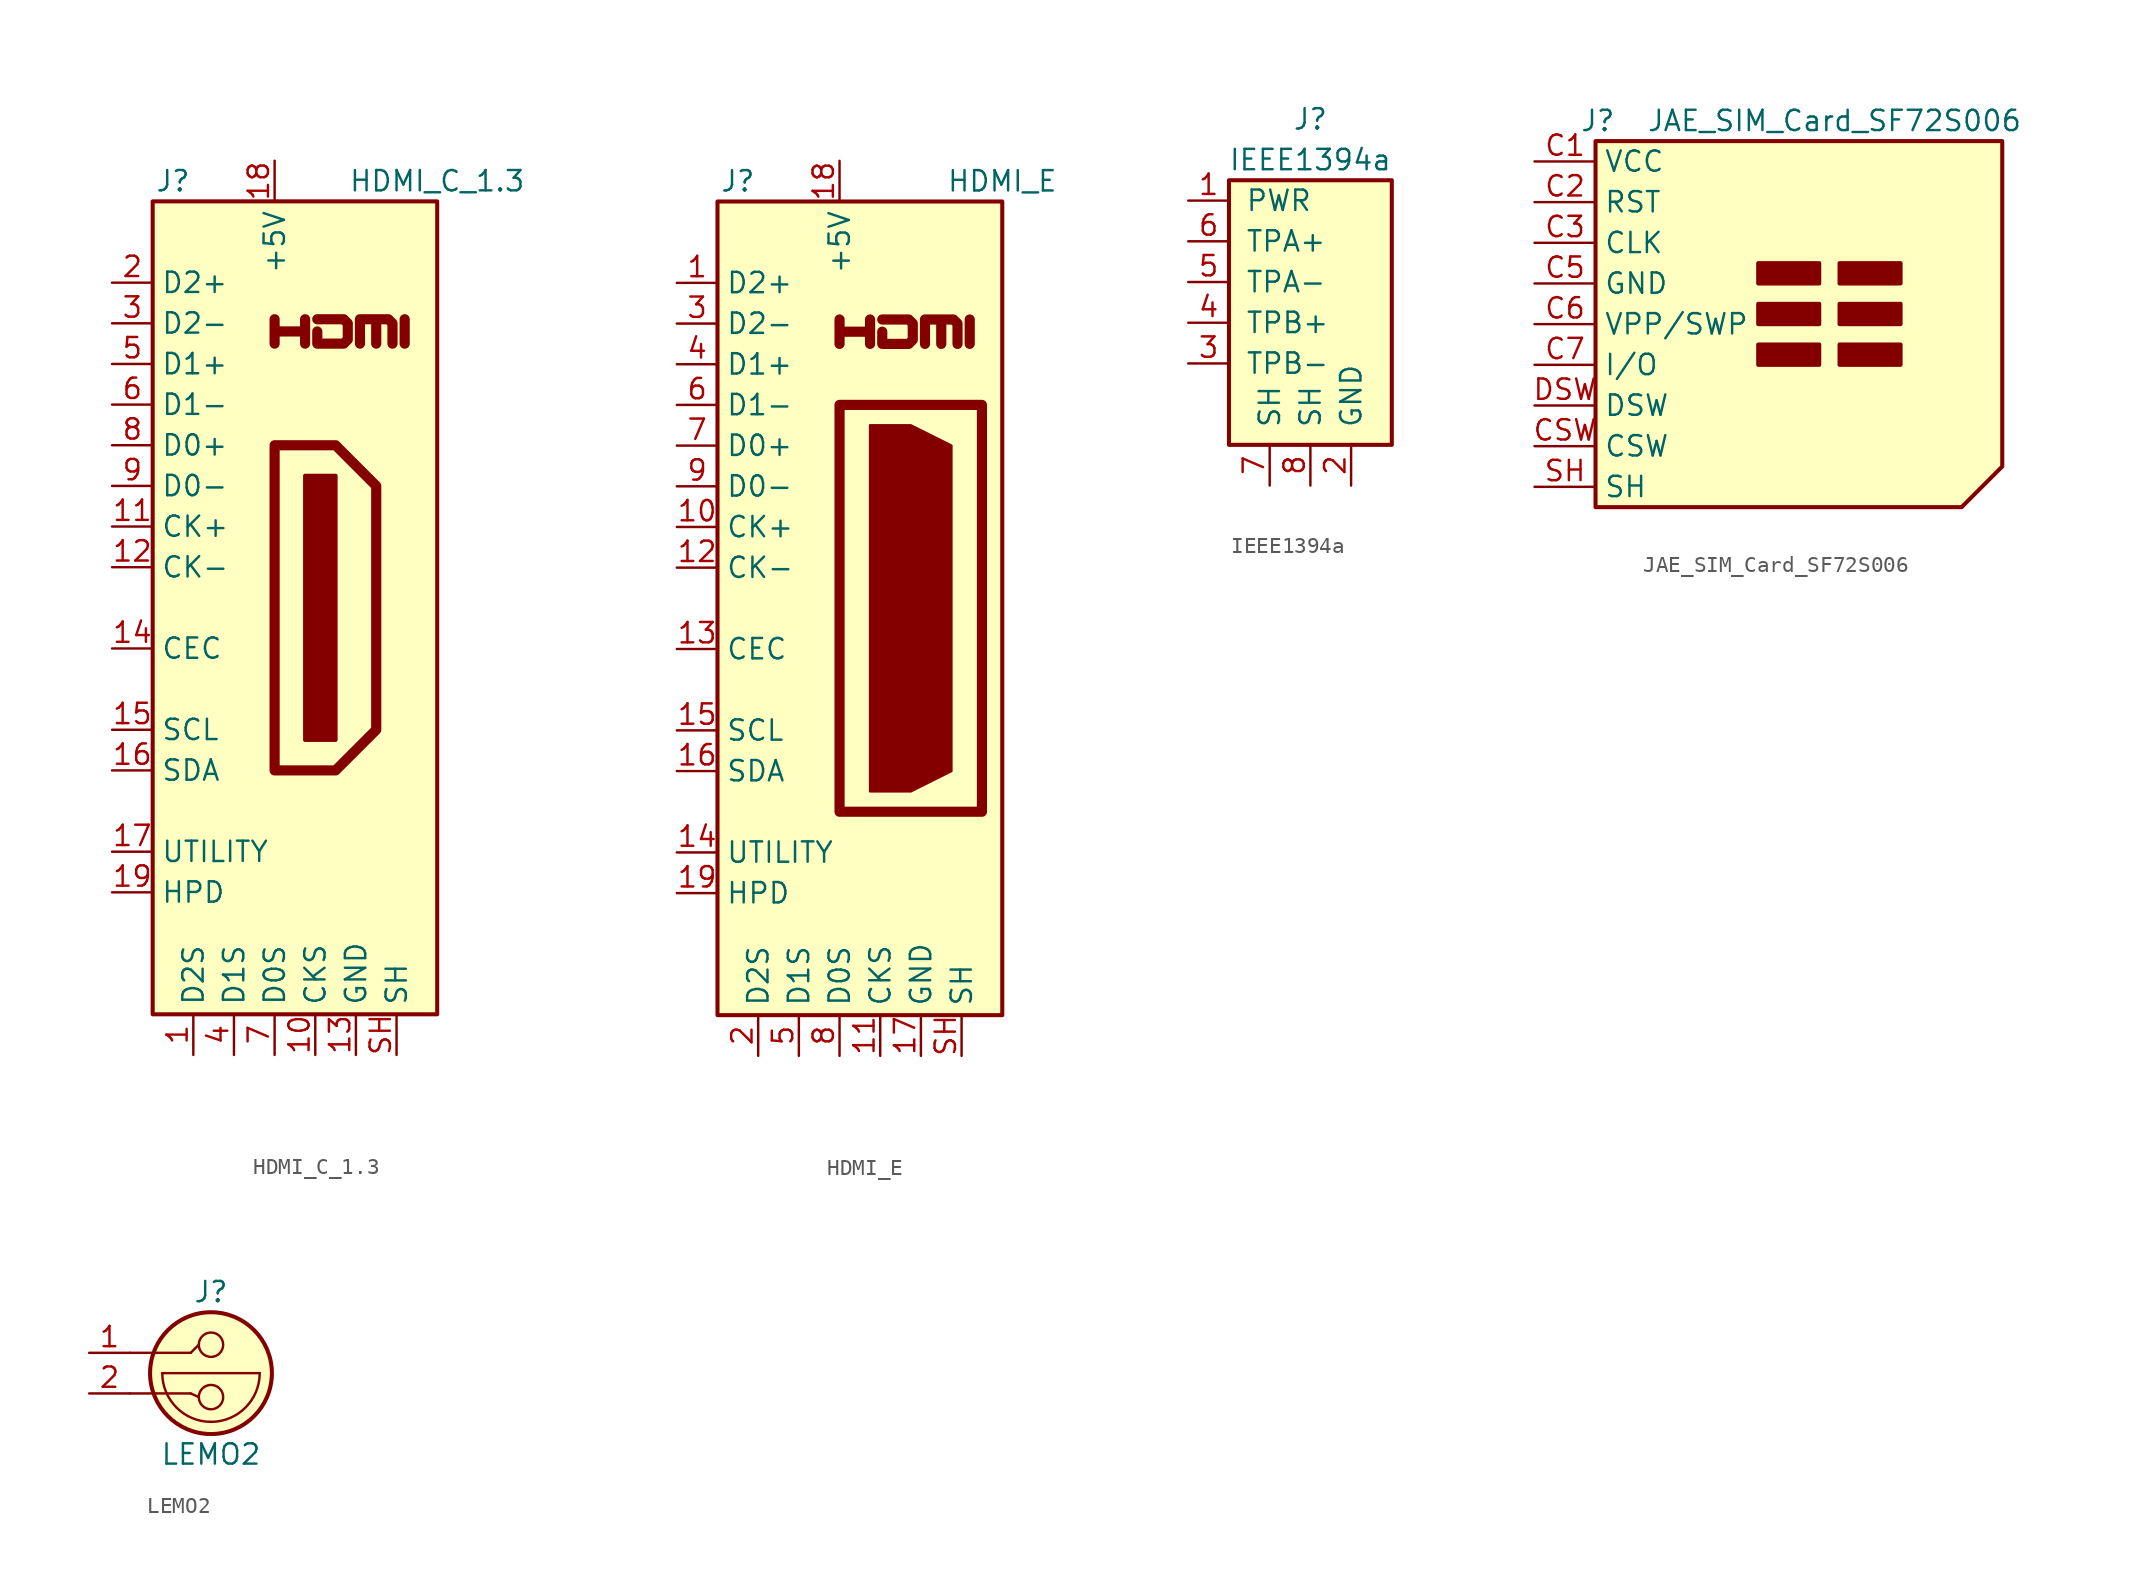
<source format=kicad_sym>
(kicad_symbol_lib
  (version 20241209)
  (generator "kicad_symbol_editor")
  (generator_version "9.0")
  (symbol "HDMI_C_1.3"
    (property "Reference" "J"
      (at -6.35 26.67 0)
      (effects (font (size 1.27 1.27))))
    (property "Value" "HDMI_C_1.3"
      (at 10.16 26.67 0)
      (effects (font (size 1.27 1.27))))
    (symbol "HDMI_C_1.3_0_0"
      (polyline (pts (xy 0 16.51) (xy 0 18.034) (xy 0 17.272) (xy 1.905 17.272) (xy 1.905 18.034) (xy 1.905 16.51)) (stroke (width 0.635) (type default)) (fill (type none)))
      (polyline (pts (xy 2.667 18.034) (xy 4.318 18.034) (xy 4.572 17.78) (xy 4.572 16.764) (xy 4.318 16.51) (xy 2.667 16.51) (xy 2.667 17.272)) (stroke (width 0.635) (type default)) (fill (type none)))
      (polyline (pts (xy 8.128 16.51) (xy 8.128 18.034)) (stroke (width 0.635) (type default)) (fill (type none))))
    (symbol "HDMI_C_1.3_0_1"
      (rectangle (start -7.62 25.4) (end 10.16 -25.4) (stroke (width 0.254) (type default)) (fill (type background)))
      (polyline (pts (xy 0 10.16) (xy 3.81 10.16) (xy 6.35 7.62) (xy 6.35 -7.62) (xy 3.81 -10.16) (xy 0 -10.16) (xy 0 10.16)) (stroke (width 0.635) (type default)) (fill (type none)))
      (rectangle (start 1.905 8.255) (end 3.81 -8.255) (stroke (width 0.254) (type default)) (fill (type outline)))
      (polyline (pts (xy 5.334 16.51) (xy 5.334 18.034) (xy 6.35 18.034) (xy 6.35 16.51) (xy 6.35 18.034) (xy 7.112 18.034) (xy 7.366 17.78) (xy 7.366 16.51)) (stroke (width 0.635) (type default)) (fill (type none))))
    (symbol "HDMI_C_1.3_1_1"
      (pin passive line (at -10.16 20.32 0) (length 2.54) (name "D2+" (effects (font (size 1.27 1.27)))) (number "2" (effects (font (size 1.27 1.27)))))
      (pin passive line (at -10.16 17.78 0) (length 2.54) (name "D2-" (effects (font (size 1.27 1.27)))) (number "3" (effects (font (size 1.27 1.27)))))
      (pin passive line (at -10.16 15.24 0) (length 2.54) (name "D1+" (effects (font (size 1.27 1.27)))) (number "5" (effects (font (size 1.27 1.27)))))
      (pin passive line (at -10.16 12.7 0) (length 2.54) (name "D1-" (effects (font (size 1.27 1.27)))) (number "6" (effects (font (size 1.27 1.27)))))
      (pin passive line (at -10.16 10.16 0) (length 2.54) (name "D0+" (effects (font (size 1.27 1.27)))) (number "8" (effects (font (size 1.27 1.27)))))
      (pin passive line (at -10.16 7.62 0) (length 2.54) (name "D0-" (effects (font (size 1.27 1.27)))) (number "9" (effects (font (size 1.27 1.27)))))
      (pin passive line (at -10.16 5.08 0) (length 2.54) (name "CK+" (effects (font (size 1.27 1.27)))) (number "11" (effects (font (size 1.27 1.27)))))
      (pin passive line (at -10.16 2.54 0) (length 2.54) (name "CK-" (effects (font (size 1.27 1.27)))) (number "12" (effects (font (size 1.27 1.27)))))
      (pin bidirectional line (at -10.16 -2.54 0) (length 2.54) (name "CEC" (effects (font (size 1.27 1.27)))) (number "14" (effects (font (size 1.27 1.27)))))
      (pin passive line (at -10.16 -7.62 0) (length 2.54) (name "SCL" (effects (font (size 1.27 1.27)))) (number "15" (effects (font (size 1.27 1.27)))))
      (pin bidirectional line (at -10.16 -10.16 0) (length 2.54) (name "SDA" (effects (font (size 1.27 1.27)))) (number "16" (effects (font (size 1.27 1.27)))))
      (pin passive line (at -10.16 -15.24 0) (length 2.54) (name "UTILITY" (effects (font (size 1.27 1.27)))) (number "17" (effects (font (size 1.27 1.27)))))
      (pin passive line (at -10.16 -17.78 0) (length 2.54) (name "HPD" (effects (font (size 1.27 1.27)))) (number "19" (effects (font (size 1.27 1.27)))))
      (pin power_in line (at -5.08 -27.94 90) (length 2.54) (name "D2S" (effects (font (size 1.27 1.27)))) (number "1" (effects (font (size 1.27 1.27)))))
      (pin power_in line (at -2.54 -27.94 90) (length 2.54) (name "D1S" (effects (font (size 1.27 1.27)))) (number "4" (effects (font (size 1.27 1.27)))))
      (pin power_in line (at 0 27.94 270) (length 2.54) (name "+5V" (effects (font (size 1.27 1.27)))) (number "18" (effects (font (size 1.27 1.27)))))
      (pin power_in line (at 0 -27.94 90) (length 2.54) (name "D0S" (effects (font (size 1.27 1.27)))) (number "7" (effects (font (size 1.27 1.27)))))
      (pin power_in line (at 2.54 -27.94 90) (length 2.54) (name "CKS" (effects (font (size 1.27 1.27)))) (number "10" (effects (font (size 1.27 1.27)))))
      (pin power_in line (at 5.08 -27.94 90) (length 2.54) (name "GND" (effects (font (size 1.27 1.27)))) (number "13" (effects (font (size 1.27 1.27)))))
      (pin passive line (at 7.62 -27.94 90) (length 2.54) (name "SH" (effects (font (size 1.27 1.27)))) (number "SH" (effects (font (size 1.27 1.27)))))))
  (symbol "HDMI_E"
    (property "Reference" "J"
      (at -6.35 26.67 0)
      (effects (font (size 1.27 1.27))))
    (property "Value" "HDMI_E"
      (at 10.16 26.67 0)
      (effects (font (size 1.27 1.27))))
    (symbol "HDMI_E_0_0"
      (polyline (pts (xy 0 16.51) (xy 0 18.034) (xy 0 17.272) (xy 1.905 17.272) (xy 1.905 18.034) (xy 1.905 16.51)) (stroke (width 0.635) (type default)) (fill (type none)))
      (polyline (pts (xy 2.667 18.034) (xy 4.318 18.034) (xy 4.572 17.78) (xy 4.572 16.764) (xy 4.318 16.51) (xy 2.667 16.51) (xy 2.667 17.272)) (stroke (width 0.635) (type default)) (fill (type none)))
      (polyline (pts (xy 8.128 16.51) (xy 8.128 18.034)) (stroke (width 0.635) (type default)) (fill (type none))))
    (symbol "HDMI_E_0_1"
      (rectangle (start -7.62 25.4) (end 10.16 -25.4) (stroke (width 0.254) (type default)) (fill (type background)))
      (rectangle (start 0 12.7) (end 8.89 -12.7) (stroke (width 0.635) (type default)) (fill (type none)))
      (polyline (pts (xy 1.905 11.43) (xy 4.445 11.43) (xy 6.985 10.16) (xy 6.985 -10.16) (xy 4.445 -11.43) (xy 1.905 -11.43) (xy 1.905 11.43)) (stroke (width 0) (type default)) (fill (type outline)))
      (polyline (pts (xy 5.334 16.51) (xy 5.334 18.034) (xy 6.35 18.034) (xy 6.35 16.51) (xy 6.35 18.034) (xy 7.112 18.034) (xy 7.366 17.78) (xy 7.366 16.51)) (stroke (width 0.635) (type default)) (fill (type none))))
    (symbol "HDMI_E_1_1"
      (pin passive line (at -10.16 20.32 0) (length 2.54) (name "D2+" (effects (font (size 1.27 1.27)))) (number "1" (effects (font (size 1.27 1.27)))))
      (pin passive line (at -10.16 17.78 0) (length 2.54) (name "D2-" (effects (font (size 1.27 1.27)))) (number "3" (effects (font (size 1.27 1.27)))))
      (pin passive line (at -10.16 15.24 0) (length 2.54) (name "D1+" (effects (font (size 1.27 1.27)))) (number "4" (effects (font (size 1.27 1.27)))))
      (pin passive line (at -10.16 12.7 0) (length 2.54) (name "D1-" (effects (font (size 1.27 1.27)))) (number "6" (effects (font (size 1.27 1.27)))))
      (pin passive line (at -10.16 10.16 0) (length 2.54) (name "D0+" (effects (font (size 1.27 1.27)))) (number "7" (effects (font (size 1.27 1.27)))))
      (pin passive line (at -10.16 7.62 0) (length 2.54) (name "D0-" (effects (font (size 1.27 1.27)))) (number "9" (effects (font (size 1.27 1.27)))))
      (pin passive line (at -10.16 5.08 0) (length 2.54) (name "CK+" (effects (font (size 1.27 1.27)))) (number "10" (effects (font (size 1.27 1.27)))))
      (pin passive line (at -10.16 2.54 0) (length 2.54) (name "CK-" (effects (font (size 1.27 1.27)))) (number "12" (effects (font (size 1.27 1.27)))))
      (pin bidirectional line (at -10.16 -2.54 0) (length 2.54) (name "CEC" (effects (font (size 1.27 1.27)))) (number "13" (effects (font (size 1.27 1.27)))))
      (pin passive line (at -10.16 -7.62 0) (length 2.54) (name "SCL" (effects (font (size 1.27 1.27)))) (number "15" (effects (font (size 1.27 1.27)))))
      (pin bidirectional line (at -10.16 -10.16 0) (length 2.54) (name "SDA" (effects (font (size 1.27 1.27)))) (number "16" (effects (font (size 1.27 1.27)))))
      (pin passive line (at -10.16 -15.24 0) (length 2.54) (name "UTILITY" (effects (font (size 1.27 1.27)))) (number "14" (effects (font (size 1.27 1.27)))))
      (pin passive line (at -10.16 -17.78 0) (length 2.54) (name "HPD" (effects (font (size 1.27 1.27)))) (number "19" (effects (font (size 1.27 1.27)))))
      (pin power_in line (at -5.08 -27.94 90) (length 2.54) (name "D2S" (effects (font (size 1.27 1.27)))) (number "2" (effects (font (size 1.27 1.27)))))
      (pin power_in line (at -2.54 -27.94 90) (length 2.54) (name "D1S" (effects (font (size 1.27 1.27)))) (number "5" (effects (font (size 1.27 1.27)))))
      (pin power_in line (at 0 27.94 270) (length 2.54) (name "+5V" (effects (font (size 1.27 1.27)))) (number "18" (effects (font (size 1.27 1.27)))))
      (pin power_in line (at 0 -27.94 90) (length 2.54) (name "D0S" (effects (font (size 1.27 1.27)))) (number "8" (effects (font (size 1.27 1.27)))))
      (pin power_in line (at 2.54 -27.94 90) (length 2.54) (name "CKS" (effects (font (size 1.27 1.27)))) (number "11" (effects (font (size 1.27 1.27)))))
      (pin power_in line (at 5.08 -27.94 90) (length 2.54) (name "GND" (effects (font (size 1.27 1.27)))) (number "17" (effects (font (size 1.27 1.27)))))
      (pin passive line (at 7.62 -27.94 90) (length 2.54) (name "SH" (effects (font (size 1.27 1.27)))) (number "SH" (effects (font (size 1.27 1.27)))))))
  (symbol "IEEE1394a"
    (pin_names
      (offset 1.016))
    (property "Reference" "J"
      (at 0 12.7 0)
      (effects (font (size 1.27 1.27))))
    (property "Value" "IEEE1394a"
      (at 0 10.16 0)
      (effects (font (size 1.27 1.27))))
    (symbol "IEEE1394a_0_1"
      (rectangle (start -5.08 8.89) (end 5.08 -7.62) (stroke (width 0.254) (type default)) (fill (type background))))
    (symbol "IEEE1394a_1_1"
      (pin power_in line (at -7.62 7.62 0) (length 2.54) (name "PWR" (effects (font (size 1.27 1.27)))) (number "1" (effects (font (size 1.27 1.27)))))
      (pin bidirectional line (at -7.62 5.08 0) (length 2.54) (name "TPA+" (effects (font (size 1.27 1.27)))) (number "6" (effects (font (size 1.27 1.27)))))
      (pin bidirectional line (at -7.62 2.54 0) (length 2.54) (name "TPA-" (effects (font (size 1.27 1.27)))) (number "5" (effects (font (size 1.27 1.27)))))
      (pin bidirectional line (at -7.62 0 0) (length 2.54) (name "TPB+" (effects (font (size 1.27 1.27)))) (number "4" (effects (font (size 1.27 1.27)))))
      (pin bidirectional line (at -7.62 -2.54 0) (length 2.54) (name "TPB-" (effects (font (size 1.27 1.27)))) (number "3" (effects (font (size 1.27 1.27)))))
      (pin passive line (at -2.54 -10.16 90) (length 2.54) (name "SH" (effects (font (size 1.27 1.27)))) (number "7" (effects (font (size 1.27 1.27)))))
      (pin passive line (at 0 -10.16 90) (length 2.54) (name "SH" (effects (font (size 1.27 1.27)))) (number "8" (effects (font (size 1.27 1.27)))))
      (pin power_in line (at 2.54 -10.16 90) (length 2.54) (name "GND" (effects (font (size 1.27 1.27)))) (number "2" (effects (font (size 1.27 1.27)))))))
  (symbol "JAE_SIM_Card_SF72S006"
    (property "Reference" "J"
      (at 5.08 12.7 0)
      (effects (font (size 1.27 1.27)) (justify right)))
    (property "Value" "JAE_SIM_Card_SF72S006"
      (at 30.48 12.7 0)
      (effects (font (size 1.27 1.27)) (justify right)))
    (symbol "JAE_SIM_Card_SF72S006_0_1"
      (polyline (pts (xy 3.81 11.43) (xy 3.81 -11.43) (xy 26.67 -11.43) (xy 29.21 -8.89) (xy 29.21 11.43) (xy 3.81 11.43)) (stroke (width 0.254) (type default)) (fill (type background)))
      (rectangle (start 13.97 2.54) (end 17.78 3.81) (stroke (width 0.254) (type default)) (fill (type outline)))
      (rectangle (start 13.97 0) (end 17.78 1.27) (stroke (width 0.254) (type default)) (fill (type outline)))
      (rectangle (start 13.97 -2.54) (end 17.78 -1.27) (stroke (width 0.254) (type default)) (fill (type outline)))
      (rectangle (start 19.05 2.54) (end 22.86 3.81) (stroke (width 0.254) (type default)) (fill (type outline)))
      (rectangle (start 19.05 0) (end 22.86 1.27) (stroke (width 0.254) (type default)) (fill (type outline)))
      (rectangle (start 19.05 -1.27) (end 22.86 -2.54) (stroke (width 0.254) (type default)) (fill (type outline))))
    (symbol "JAE_SIM_Card_SF72S006_1_1"
      (pin power_in line (at 0 10.16 0) (length 3.81) (name "VCC" (effects (font (size 1.27 1.27)))) (number "C1" (effects (font (size 1.27 1.27)))))
      (pin input line (at 0 7.62 0) (length 3.81) (name "RST" (effects (font (size 1.27 1.27)))) (number "C2" (effects (font (size 1.27 1.27)))))
      (pin input line (at 0 5.08 0) (length 3.81) (name "CLK" (effects (font (size 1.27 1.27)))) (number "C3" (effects (font (size 1.27 1.27)))))
      (pin power_in line (at 0 2.54 0) (length 3.81) (name "GND" (effects (font (size 1.27 1.27)))) (number "C5" (effects (font (size 1.27 1.27)))))
      (pin bidirectional line (at 0 0 0) (length 3.81) (name "VPP/SWP" (effects (font (size 1.27 1.27)))) (number "C6" (effects (font (size 1.27 1.27)))))
      (pin bidirectional line (at 0 -2.54 0) (length 3.81) (name "I/O" (effects (font (size 1.27 1.27)))) (number "C7" (effects (font (size 1.27 1.27)))))
      (pin passive line (at 0 -5.08 0) (length 3.81) (name "DSW" (effects (font (size 1.27 1.27)))) (number "DSW" (effects (font (size 1.27 1.27)))))
      (pin passive line (at 0 -7.62 0) (length 3.81) (name "CSW" (effects (font (size 1.27 1.27)))) (number "CSW" (effects (font (size 1.27 1.27)))))
      (pin passive line (at 0 -10.16 0) (length 3.81) (name "SH" (effects (font (size 1.27 1.27)))) (number "SH" (effects (font (size 1.27 1.27)))))))
  (symbol "LEMO2"
    (pin_names
      (offset 1.016)
      (hide yes))
    (property "Reference" "J"
      (at 0 6.35 0)
      (effects (font (size 1.27 1.27))))
    (property "Value" "LEMO2"
      (at 0 -3.81 0)
      (effects (font (size 1.27 1.27))))
    (symbol "LEMO2_0_1"
      (polyline (pts (xy -5.08 2.54) (xy -1.27 2.54)) (stroke (width 0) (type default)) (fill (type none)))
      (polyline (pts (xy -5.08 0) (xy -1.27 0)) (stroke (width 0) (type default)) (fill (type none)))
      (polyline (pts (xy -3.048 1.27) (xy 3.048 1.27)) (stroke (width 0) (type default)) (fill (type none)))
      (polyline (pts (xy -1.27 2.54) (xy -0.762 3.048)) (stroke (width 0) (type default)) (fill (type none)))
      (polyline (pts (xy -0.762 -0.229) (xy -1.27 0)) (stroke (width 0) (type default)) (fill (type none)))
      (arc (start 0 -1.778) (mid -2.1553 -0.8853) (end -3.048 1.27) (stroke (width 0) (type default)) (fill (type none)))
      (circle (center 0 3.048) (radius 0.762) (stroke (width 0) (type default)) (fill (type none)))
      (circle (center 0 1.27) (radius 3.81) (stroke (width 0.254) (type default)) (fill (type background)))
      (circle (center 0 -0.229) (radius 0.762) (stroke (width 0) (type default)) (fill (type none)))
      (arc (start 3.048 1.27) (mid 2.1553 -0.8853) (end 0 -1.778) (stroke (width 0) (type default)) (fill (type none))))
    (symbol "LEMO2_1_1"
      (pin passive line (at -7.62 2.54 0) (length 2.54) (name "~" (effects (font (size 1.27 1.27)))) (number "1" (effects (font (size 1.27 1.27)))))
      (pin passive line (at -7.62 0 0) (length 2.54) (name "~" (effects (font (size 1.27 1.27)))) (number "2" (effects (font (size 1.27 1.27))))))))
</source>
